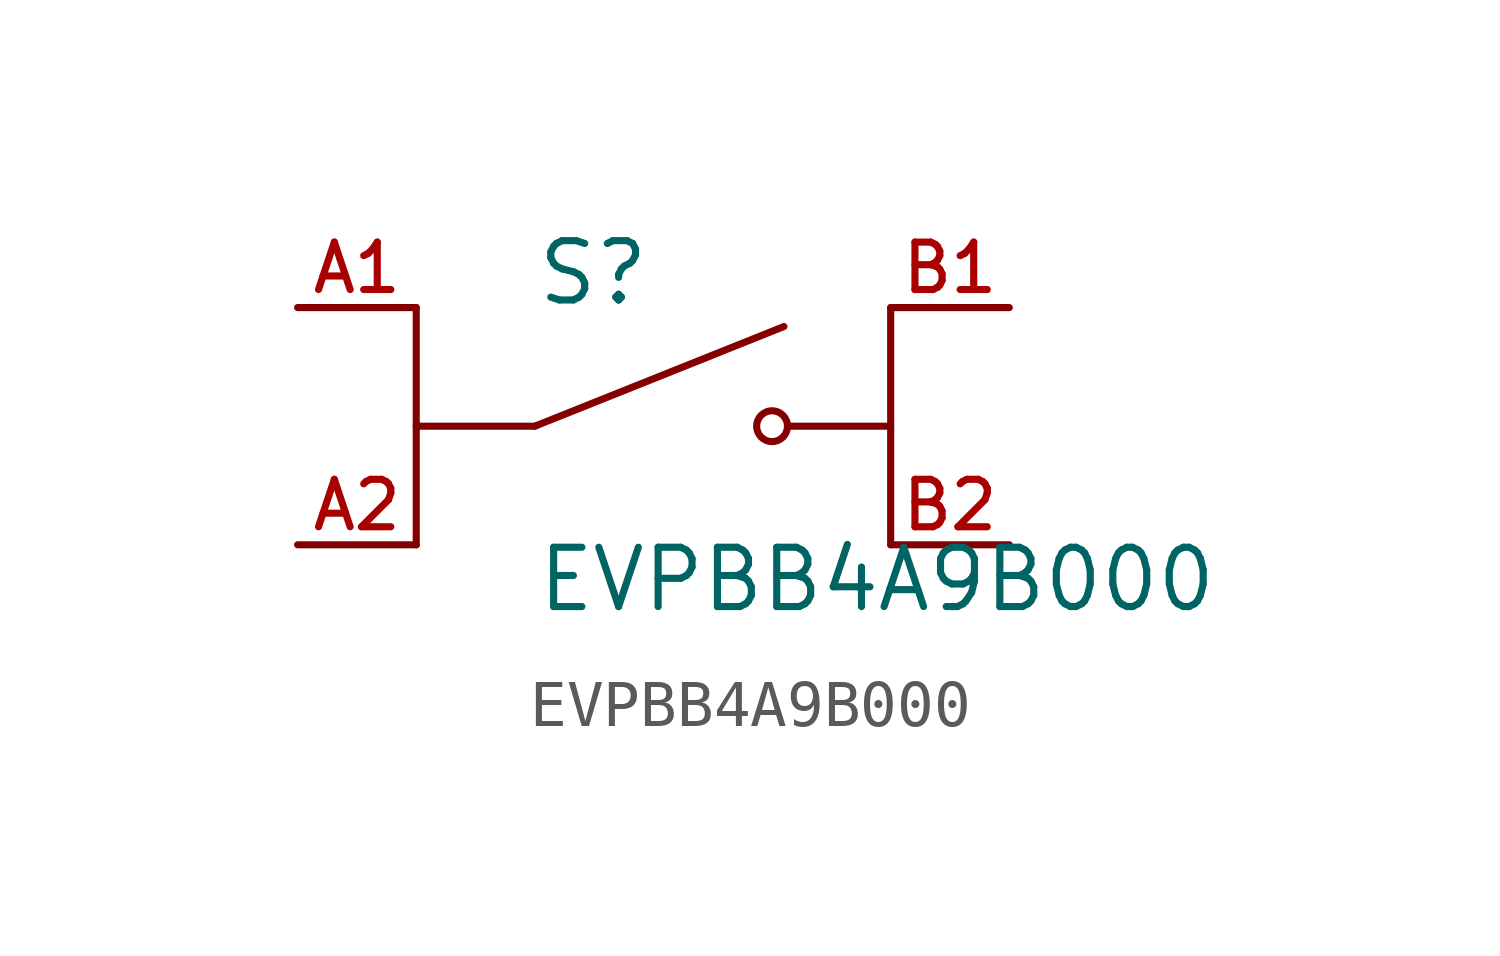
<source format=kicad_sym>
(kicad_symbol_lib
  (version 20211014)
  (generator kicad_symbol_editor)
  (symbol "EVPBB4A9B000"
    (pin_names
      (offset 1.016))
    (property "Reference" "S"
      (at -2.54 2.54 0)
      (effects (font (size 1.27 1.27)) (justify bottom left)))
    (property "Value" "EVPBB4A9B000"
      (at -2.54 -2.54 0)
      (effects (font (size 1.27 1.27)) (justify top left)))
    (symbol "EVPBB4A9B000_0_0"
      (polyline (pts (xy -2.54 0.0) (xy 2.794 2.134)) (stroke (width 0.152)))
      (circle (center 2.54 0.0) (radius 0.33) (stroke (width 0.152)) (fill (type none)))
      (polyline (pts (xy 5.08 0.0) (xy 2.921 0.0)) (stroke (width 0.152)))
      (polyline (pts (xy -2.54 0.0) (xy -5.08 0.0)) (stroke (width 0.152)))
      (polyline (pts (xy -5.08 2.54) (xy -5.08 -2.54)) (stroke (width 0.152)))
      (polyline (pts (xy 5.08 2.54) (xy 5.08 -2.54)) (stroke (width 0.152)))
      (pin passive line (at -7.62 2.54 0) (length 2.54) (name "~" (effects (font (size 1.016 1.016)))) (number "A1" (effects (font (size 1.016 1.016)))))
      (pin passive line (at -7.62 -2.54 0) (length 2.54) (name "~" (effects (font (size 1.016 1.016)))) (number "A2" (effects (font (size 1.016 1.016)))))
      (pin passive line (at 7.62 2.54 180.0) (length 2.54) (name "~" (effects (font (size 1.016 1.016)))) (number "B1" (effects (font (size 1.016 1.016)))))
      (pin passive line (at 7.62 -2.54 180.0) (length 2.54) (name "~" (effects (font (size 1.016 1.016)))) (number "B2" (effects (font (size 1.016 1.016))))))))
</source>
